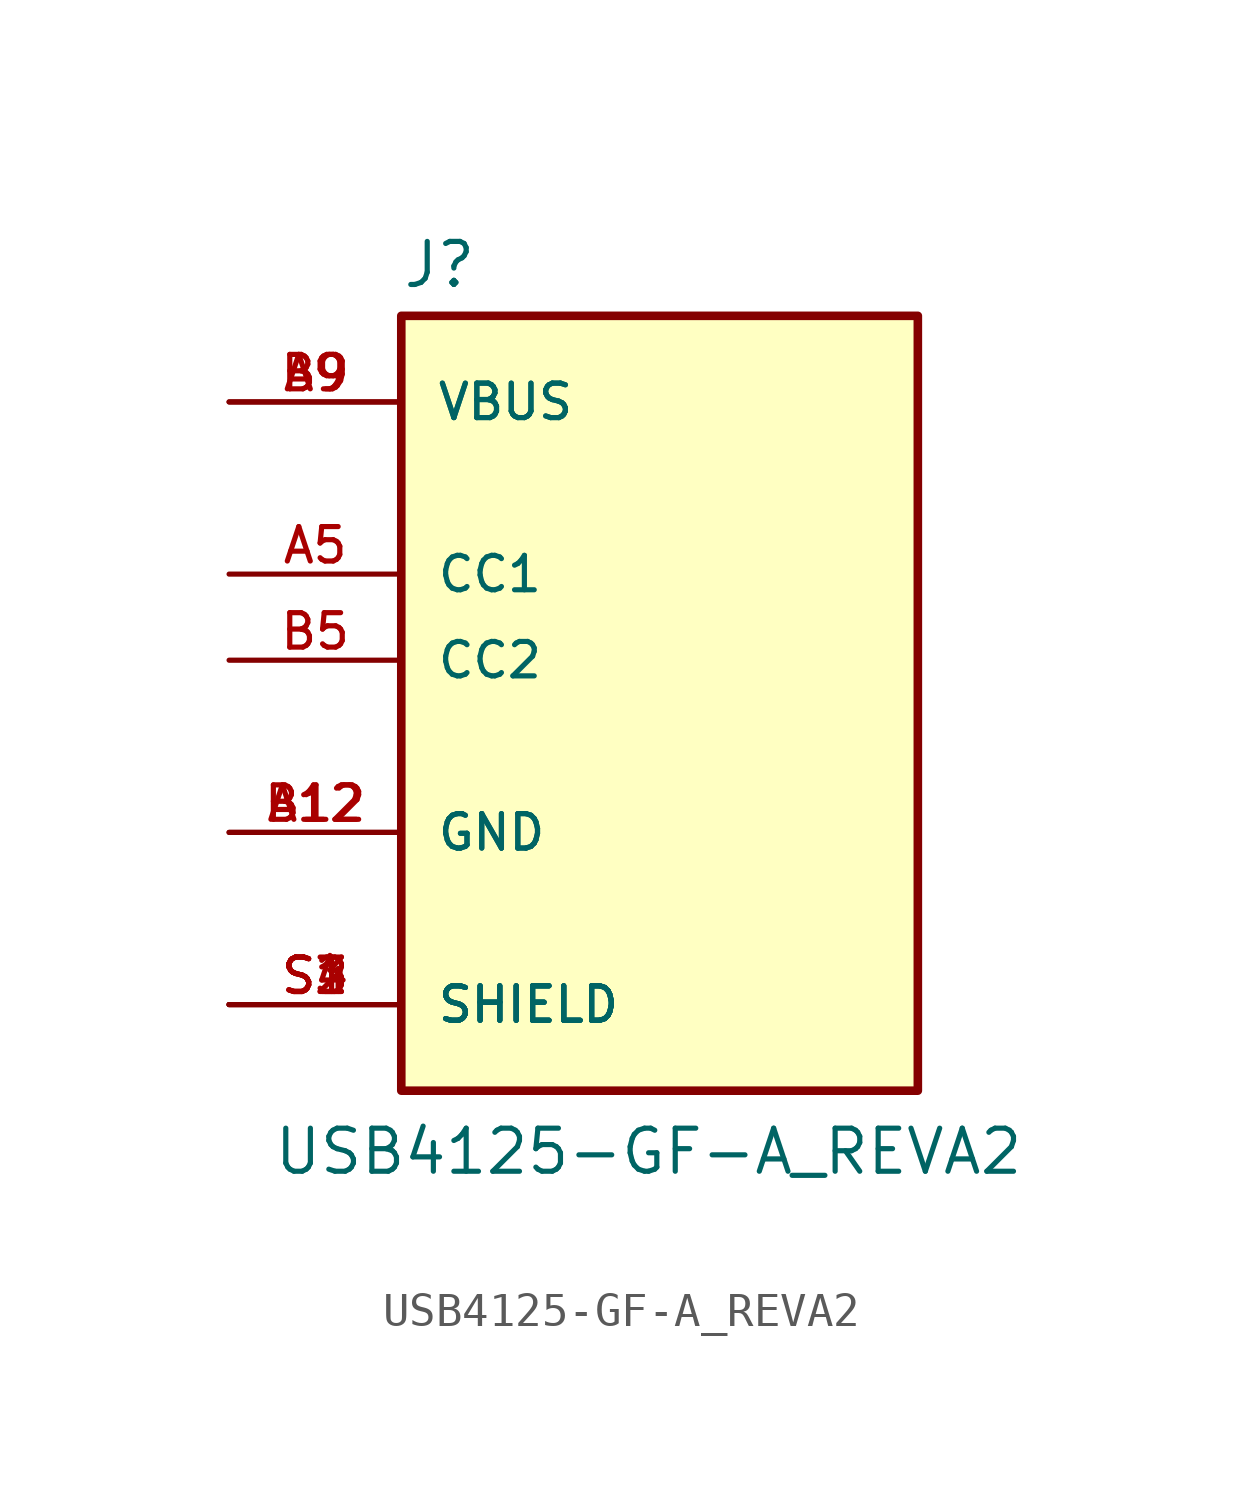
<source format=kicad_sym>
(kicad_symbol_lib
  (version 20220914)
  (generator kicad_symbol_editor)
  (symbol "USB4125-GF-A_REVA2"
    (pin_names
      (offset 1.016))
    (property "Reference" "J"
      (at -7.62 10.922 0)
      (effects (font (size 1.27 1.27)) (justify left bottom)))
    (property "Value" "USB4125-GF-A_REVA2"
      (at -11.43 -15.24 0)
      (effects (font (size 1.27 1.27)) (justify left bottom)))
    (symbol "USB4125-GF-A_REVA2_0_0"
      (rectangle (start -7.62 -12.7) (end 7.62 10.16) (stroke (width 0.254) (type default)) (fill (type background)))
      (pin power_in line (at -12.7 -5.08 0) (length 5.08) (name "GND" (effects (font (size 1.016 1.016)))) (number "A12" (effects (font (size 1.016 1.016)))))
      (pin bidirectional line (at -12.7 2.54 0) (length 5.08) (name "CC1" (effects (font (size 1.016 1.016)))) (number "A5" (effects (font (size 1.016 1.016)))))
      (pin power_in line (at -12.7 7.62 0) (length 5.08) (name "VBUS" (effects (font (size 1.016 1.016)))) (number "A9" (effects (font (size 1.016 1.016)))))
      (pin power_in line (at -12.7 -5.08 0) (length 5.08) (name "GND" (effects (font (size 1.016 1.016)))) (number "B12" (effects (font (size 1.016 1.016)))))
      (pin bidirectional line (at -12.7 0 0) (length 5.08) (name "CC2" (effects (font (size 1.016 1.016)))) (number "B5" (effects (font (size 1.016 1.016)))))
      (pin power_in line (at -12.7 7.62 0) (length 5.08) (name "VBUS" (effects (font (size 1.016 1.016)))) (number "B9" (effects (font (size 1.016 1.016)))))
      (pin passive line (at -12.7 -10.16 0) (length 5.08) (name "SHIELD" (effects (font (size 1.016 1.016)))) (number "S1" (effects (font (size 1.016 1.016)))))
      (pin passive line (at -12.7 -10.16 0) (length 5.08) (name "SHIELD" (effects (font (size 1.016 1.016)))) (number "S2" (effects (font (size 1.016 1.016)))))
      (pin passive line (at -12.7 -10.16 0) (length 5.08) (name "SHIELD" (effects (font (size 1.016 1.016)))) (number "S3" (effects (font (size 1.016 1.016)))))
      (pin passive line (at -12.7 -10.16 0) (length 5.08) (name "SHIELD" (effects (font (size 1.016 1.016)))) (number "S4" (effects (font (size 1.016 1.016))))))))
</source>
